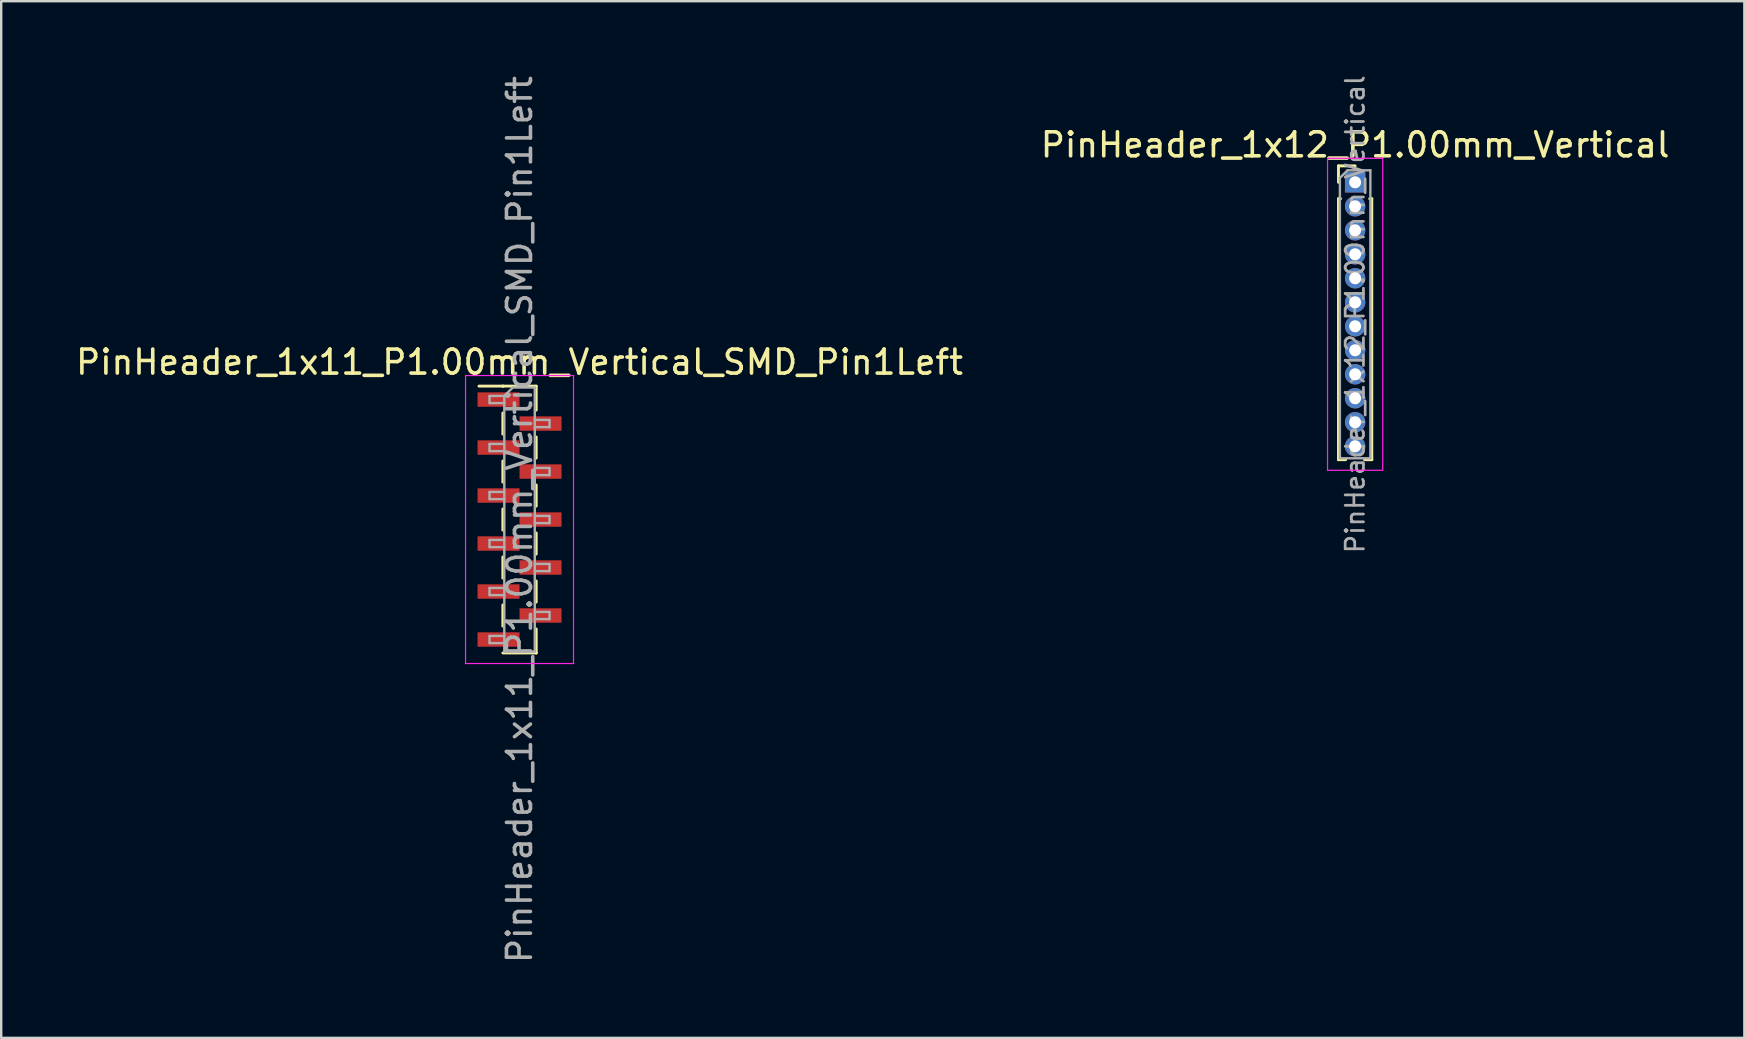
<source format=kicad_pcb>
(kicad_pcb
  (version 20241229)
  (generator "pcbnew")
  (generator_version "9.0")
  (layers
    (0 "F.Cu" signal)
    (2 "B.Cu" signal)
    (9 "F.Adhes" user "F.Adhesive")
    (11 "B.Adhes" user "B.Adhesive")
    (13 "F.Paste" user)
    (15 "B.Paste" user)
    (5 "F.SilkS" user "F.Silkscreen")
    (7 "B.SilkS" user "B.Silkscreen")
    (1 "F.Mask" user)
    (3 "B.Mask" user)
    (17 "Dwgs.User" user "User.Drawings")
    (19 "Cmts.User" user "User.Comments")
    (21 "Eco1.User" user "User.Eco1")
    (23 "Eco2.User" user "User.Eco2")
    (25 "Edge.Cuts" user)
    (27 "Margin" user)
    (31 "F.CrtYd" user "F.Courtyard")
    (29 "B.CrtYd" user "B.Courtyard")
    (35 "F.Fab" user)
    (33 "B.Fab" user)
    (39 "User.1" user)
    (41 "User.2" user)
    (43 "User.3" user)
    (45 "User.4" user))
  (footprint "PinHeader_1x12_P1.00mm_Vertical"
    (layer "F.Cu")
    (at 53.423 4.547)
    (property "Reference" "PinHeader_1x12_P1.00mm_Vertical" (at 0 -1.56 0) (layer "F.SilkS") (effects (font (size 1 1) (thickness 0.15))))
    (attr through_hole)
    (fp_line (start -0.695 -0.685) (end 0 -0.685) (stroke (width 0.12) (type solid)) (layer "F.SilkS"))
    (fp_line (start -0.695 0) (end -0.695 -0.685) (stroke (width 0.12) (type solid)) (layer "F.SilkS"))
    (fp_line (start -0.695 0.685) (end -0.695 11.56) (stroke (width 0.12) (type solid)) (layer "F.SilkS"))
    (fp_line (start -0.695 0.685) (end -0.608 0.685) (stroke (width 0.12) (type solid)) (layer "F.SilkS"))
    (fp_line (start -0.695 11.56) (end -0.394 11.56) (stroke (width 0.12) (type solid)) (layer "F.SilkS"))
    (fp_line (start 0.394 11.56) (end 0.695 11.56) (stroke (width 0.12) (type solid)) (layer "F.SilkS"))
    (fp_line (start 0.608 0.685) (end 0.695 0.685) (stroke (width 0.12) (type solid)) (layer "F.SilkS"))
    (fp_line (start 0.695 0.685) (end 0.695 11.56) (stroke (width 0.12) (type solid)) (layer "F.SilkS"))
    (fp_line (start -1.15 -1) (end -1.15 12) (stroke (width 0.05) (type solid)) (layer "F.CrtYd"))
    (fp_line (start -1.15 12) (end 1.15 12) (stroke (width 0.05) (type solid)) (layer "F.CrtYd"))
    (fp_line (start 1.15 -1) (end -1.15 -1) (stroke (width 0.05) (type solid)) (layer "F.CrtYd"))
    (fp_line (start 1.15 12) (end 1.15 -1) (stroke (width 0.05) (type solid)) (layer "F.CrtYd"))
    (fp_line (start -0.635 -0.182) (end -0.318 -0.5) (stroke (width 0.1) (type solid)) (layer "F.Fab"))
    (fp_line (start -0.635 11.5) (end -0.635 -0.182) (stroke (width 0.1) (type solid)) (layer "F.Fab"))
    (fp_line (start -0.318 -0.5) (end 0.635 -0.5) (stroke (width 0.1) (type solid)) (layer "F.Fab"))
    (fp_line (start 0.635 -0.5) (end 0.635 11.5) (stroke (width 0.1) (type solid)) (layer "F.Fab"))
    (fp_line (start 0.635 11.5) (end -0.635 11.5) (stroke (width 0.1) (type solid)) (layer "F.Fab"))
    (fp_text user "${REFERENCE}" (at 0 5.5 90) (layer "F.Fab") (effects (font (size 0.76 0.76) (thickness 0.114))))
    (pad "1" thru_hole rect (at 0 0) (size 0.85 0.85) (drill 0.5) (layers "*.Cu" "*.Mask"))
    (pad "2" thru_hole oval (at 0 1) (size 0.85 0.85) (drill 0.5) (layers "*.Cu" "*.Mask"))
    (pad "3" thru_hole oval (at 0 2) (size 0.85 0.85) (drill 0.5) (layers "*.Cu" "*.Mask"))
    (pad "4" thru_hole oval (at 0 3) (size 0.85 0.85) (drill 0.5) (layers "*.Cu" "*.Mask"))
    (pad "5" thru_hole oval (at 0 4) (size 0.85 0.85) (drill 0.5) (layers "*.Cu" "*.Mask"))
    (pad "6" thru_hole oval (at 0 5) (size 0.85 0.85) (drill 0.5) (layers "*.Cu" "*.Mask"))
    (pad "7" thru_hole oval (at 0 6) (size 0.85 0.85) (drill 0.5) (layers "*.Cu" "*.Mask"))
    (pad "8" thru_hole oval (at 0 7) (size 0.85 0.85) (drill 0.5) (layers "*.Cu" "*.Mask"))
    (pad "9" thru_hole oval (at 0 8) (size 0.85 0.85) (drill 0.5) (layers "*.Cu" "*.Mask"))
    (pad "10" thru_hole oval (at 0 9) (size 0.85 0.85) (drill 0.5) (layers "*.Cu" "*.Mask"))
    (pad "11" thru_hole oval (at 0 10) (size 0.85 0.85) (drill 0.5) (layers "*.Cu" "*.Mask"))
    (pad "12" thru_hole oval (at 0 11) (size 0.85 0.85) (drill 0.5) (layers "*.Cu" "*.Mask")))
  (footprint "PinHeader_1x11_P1.00mm_Vertical_SMD_Pin1Left"
    (layer "F.Cu")
    (at 18.601 18.601)
    (property "Reference" "PinHeader_1x11_P1.00mm_Vertical_SMD_Pin1Left" (at 0 -6.56 0) (layer "F.SilkS") (effects (font (size 1 1) (thickness 0.15))))
    (attr smd)
    (fp_line (start -0.695 -5.56) (end -1.69 -5.56) (stroke (width 0.12) (type solid)) (layer "F.SilkS"))
    (fp_line (start -0.695 -5.56) (end -0.695 -5.56) (stroke (width 0.12) (type solid)) (layer "F.SilkS"))
    (fp_line (start -0.695 -5.56) (end 0.695 -5.56) (stroke (width 0.12) (type solid)) (layer "F.SilkS"))
    (fp_line (start -0.695 -4.44) (end -0.695 -3.56) (stroke (width 0.12) (type solid)) (layer "F.SilkS"))
    (fp_line (start -0.695 -2.44) (end -0.695 -1.56) (stroke (width 0.12) (type solid)) (layer "F.SilkS"))
    (fp_line (start -0.695 -0.44) (end -0.695 0.44) (stroke (width 0.12) (type solid)) (layer "F.SilkS"))
    (fp_line (start -0.695 1.56) (end -0.695 2.44) (stroke (width 0.12) (type solid)) (layer "F.SilkS"))
    (fp_line (start -0.695 3.56) (end -0.695 4.44) (stroke (width 0.12) (type solid)) (layer "F.SilkS"))
    (fp_line (start -0.695 5.56) (end 0.695 5.56) (stroke (width 0.12) (type solid)) (layer "F.SilkS"))
    (fp_line (start 0.695 -5.56) (end 0.695 -4.56) (stroke (width 0.12) (type solid)) (layer "F.SilkS"))
    (fp_line (start 0.695 -3.44) (end 0.695 -2.56) (stroke (width 0.12) (type solid)) (layer "F.SilkS"))
    (fp_line (start 0.695 -1.44) (end 0.695 -0.56) (stroke (width 0.12) (type solid)) (layer "F.SilkS"))
    (fp_line (start 0.695 0.56) (end 0.695 1.44) (stroke (width 0.12) (type solid)) (layer "F.SilkS"))
    (fp_line (start 0.695 2.56) (end 0.695 3.44) (stroke (width 0.12) (type solid)) (layer "F.SilkS"))
    (fp_line (start 0.695 4.56) (end 0.695 5.56) (stroke (width 0.12) (type solid)) (layer "F.SilkS"))
    (fp_line (start 0.695 5.56) (end 0.695 5.56) (stroke (width 0.12) (type solid)) (layer "F.SilkS"))
    (fp_line (start -2.25 -6) (end -2.25 6) (stroke (width 0.05) (type solid)) (layer "F.CrtYd"))
    (fp_line (start -2.25 6) (end 2.25 6) (stroke (width 0.05) (type solid)) (layer "F.CrtYd"))
    (fp_line (start 2.25 -6) (end -2.25 -6) (stroke (width 0.05) (type solid)) (layer "F.CrtYd"))
    (fp_line (start 2.25 6) (end 2.25 -6) (stroke (width 0.05) (type solid)) (layer "F.CrtYd"))
    (fp_line (start -1.25 -5.15) (end -1.25 -4.85) (stroke (width 0.1) (type solid)) (layer "F.Fab"))
    (fp_line (start -1.25 -4.85) (end -0.635 -4.85) (stroke (width 0.1) (type solid)) (layer "F.Fab"))
    (fp_line (start -1.25 -3.15) (end -1.25 -2.85) (stroke (width 0.1) (type solid)) (layer "F.Fab"))
    (fp_line (start -1.25 -2.85) (end -0.635 -2.85) (stroke (width 0.1) (type solid)) (layer "F.Fab"))
    (fp_line (start -1.25 -1.15) (end -1.25 -0.85) (stroke (width 0.1) (type solid)) (layer "F.Fab"))
    (fp_line (start -1.25 -0.85) (end -0.635 -0.85) (stroke (width 0.1) (type solid)) (layer "F.Fab"))
    (fp_line (start -1.25 0.85) (end -1.25 1.15) (stroke (width 0.1) (type solid)) (layer "F.Fab"))
    (fp_line (start -1.25 1.15) (end -0.635 1.15) (stroke (width 0.1) (type solid)) (layer "F.Fab"))
    (fp_line (start -1.25 2.85) (end -1.25 3.15) (stroke (width 0.1) (type solid)) (layer "F.Fab"))
    (fp_line (start -1.25 3.15) (end -0.635 3.15) (stroke (width 0.1) (type solid)) (layer "F.Fab"))
    (fp_line (start -1.25 4.85) (end -1.25 5.15) (stroke (width 0.1) (type solid)) (layer "F.Fab"))
    (fp_line (start -1.25 5.15) (end -0.635 5.15) (stroke (width 0.1) (type solid)) (layer "F.Fab"))
    (fp_line (start -0.635 -5.15) (end -1.25 -5.15) (stroke (width 0.1) (type solid)) (layer "F.Fab"))
    (fp_line (start -0.635 -5.15) (end -0.285 -5.5) (stroke (width 0.1) (type solid)) (layer "F.Fab"))
    (fp_line (start -0.635 -3.15) (end -1.25 -3.15) (stroke (width 0.1) (type solid)) (layer "F.Fab"))
    (fp_line (start -0.635 -1.15) (end -1.25 -1.15) (stroke (width 0.1) (type solid)) (layer "F.Fab"))
    (fp_line (start -0.635 0.85) (end -1.25 0.85) (stroke (width 0.1) (type solid)) (layer "F.Fab"))
    (fp_line (start -0.635 2.85) (end -1.25 2.85) (stroke (width 0.1) (type solid)) (layer "F.Fab"))
    (fp_line (start -0.635 4.85) (end -1.25 4.85) (stroke (width 0.1) (type solid)) (layer "F.Fab"))
    (fp_line (start -0.635 5.5) (end -0.635 -5.15) (stroke (width 0.1) (type solid)) (layer "F.Fab"))
    (fp_line (start -0.285 -5.5) (end 0.635 -5.5) (stroke (width 0.1) (type solid)) (layer "F.Fab"))
    (fp_line (start 0.635 -5.5) (end 0.635 5.5) (stroke (width 0.1) (type solid)) (layer "F.Fab"))
    (fp_line (start 0.635 -4.15) (end 1.25 -4.15) (stroke (width 0.1) (type solid)) (layer "F.Fab"))
    (fp_line (start 0.635 -2.15) (end 1.25 -2.15) (stroke (width 0.1) (type solid)) (layer "F.Fab"))
    (fp_line (start 0.635 -0.15) (end 1.25 -0.15) (stroke (width 0.1) (type solid)) (layer "F.Fab"))
    (fp_line (start 0.635 1.85) (end 1.25 1.85) (stroke (width 0.1) (type solid)) (layer "F.Fab"))
    (fp_line (start 0.635 3.85) (end 1.25 3.85) (stroke (width 0.1) (type solid)) (layer "F.Fab"))
    (fp_line (start 0.635 5.5) (end -0.635 5.5) (stroke (width 0.1) (type solid)) (layer "F.Fab"))
    (fp_line (start 1.25 -4.15) (end 1.25 -3.85) (stroke (width 0.1) (type solid)) (layer "F.Fab"))
    (fp_line (start 1.25 -3.85) (end 0.635 -3.85) (stroke (width 0.1) (type solid)) (layer "F.Fab"))
    (fp_line (start 1.25 -2.15) (end 1.25 -1.85) (stroke (width 0.1) (type solid)) (layer "F.Fab"))
    (fp_line (start 1.25 -1.85) (end 0.635 -1.85) (stroke (width 0.1) (type solid)) (layer "F.Fab"))
    (fp_line (start 1.25 -0.15) (end 1.25 0.15) (stroke (width 0.1) (type solid)) (layer "F.Fab"))
    (fp_line (start 1.25 0.15) (end 0.635 0.15) (stroke (width 0.1) (type solid)) (layer "F.Fab"))
    (fp_line (start 1.25 1.85) (end 1.25 2.15) (stroke (width 0.1) (type solid)) (layer "F.Fab"))
    (fp_line (start 1.25 2.15) (end 0.635 2.15) (stroke (width 0.1) (type solid)) (layer "F.Fab"))
    (fp_line (start 1.25 3.85) (end 1.25 4.15) (stroke (width 0.1) (type solid)) (layer "F.Fab"))
    (fp_line (start 1.25 4.15) (end 0.635 4.15) (stroke (width 0.1) (type solid)) (layer "F.Fab"))
    (fp_text user "${REFERENCE}" (at 0 0 90) (layer "F.Fab") (effects (font (size 1 1) (thickness 0.15))))
    (pad "1" smd rect (at -0.875 -5) (size 1.75 0.6) (layers "F.Cu" "F.Mask" "F.Paste"))
    (pad "2" smd rect (at 0.875 -4) (size 1.75 0.6) (layers "F.Cu" "F.Mask" "F.Paste"))
    (pad "3" smd rect (at -0.875 -3) (size 1.75 0.6) (layers "F.Cu" "F.Mask" "F.Paste"))
    (pad "4" smd rect (at 0.875 -2) (size 1.75 0.6) (layers "F.Cu" "F.Mask" "F.Paste"))
    (pad "5" smd rect (at -0.875 -1) (size 1.75 0.6) (layers "F.Cu" "F.Mask" "F.Paste"))
    (pad "6" smd rect (at 0.875 0) (size 1.75 0.6) (layers "F.Cu" "F.Mask" "F.Paste"))
    (pad "7" smd rect (at -0.875 1) (size 1.75 0.6) (layers "F.Cu" "F.Mask" "F.Paste"))
    (pad "8" smd rect (at 0.875 2) (size 1.75 0.6) (layers "F.Cu" "F.Mask" "F.Paste"))
    (pad "9" smd rect (at -0.875 3) (size 1.75 0.6) (layers "F.Cu" "F.Mask" "F.Paste"))
    (pad "10" smd rect (at 0.875 4) (size 1.75 0.6) (layers "F.Cu" "F.Mask" "F.Paste"))
    (pad "11" smd rect (at -0.875 5) (size 1.75 0.6) (layers "F.Cu" "F.Mask" "F.Paste")))
  (gr_rect
    (start -3 -3)
    (end 69.643 40.202)
    (stroke (width 0.1) (type default))
    (fill no)
    (layer "Edge.Cuts")))
</source>
